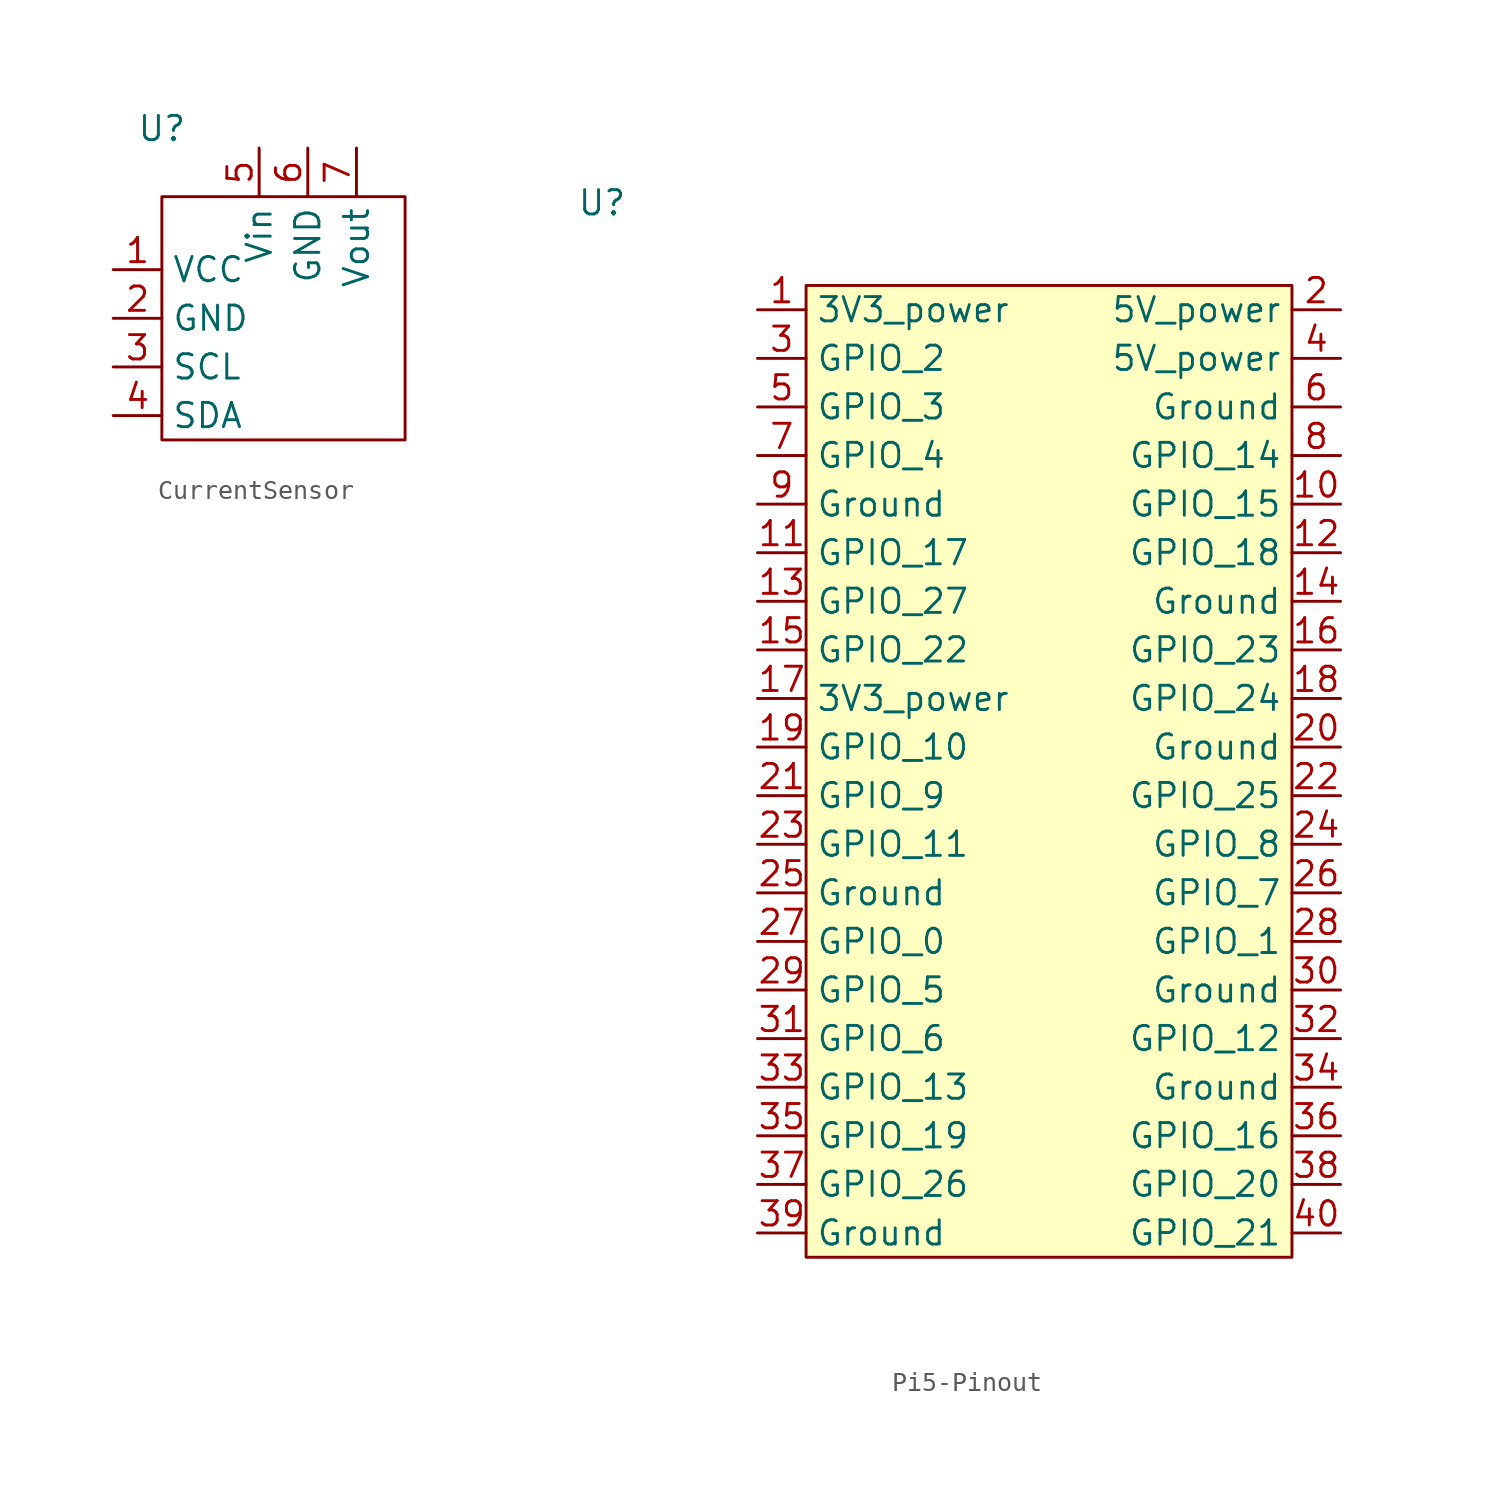
<source format=kicad_sym>
(kicad_symbol_lib
  (version 20241209)
  (generator "kicad_symbol_editor")
  (generator_version "9.0")
  (symbol "CurrentSensor"
    (property "Reference" "U"
      (at 0 3.556 0)
      (effects (font (size 1.27 1.27))))
    (property "Value" ""
      (at 0 0 0)
      (effects (font (size 1.27 1.27))))
    (symbol "CurrentSensor_0_1"
      (rectangle (start 0 0) (end 12.7 -12.7) (stroke (width 0) (type default)) (fill (type none))))
    (symbol "CurrentSensor_1_1"
      (pin power_in line (at -2.54 -3.81 0) (length 2.54) (name "VCC" (effects (font (size 1.27 1.27)))) (number "1" (effects (font (size 1.27 1.27)))))
      (pin power_in line (at -2.54 -6.35 0) (length 2.54) (name "GND" (effects (font (size 1.27 1.27)))) (number "2" (effects (font (size 1.27 1.27)))))
      (pin bidirectional line (at -2.54 -8.89 0) (length 2.54) (name "SCL" (effects (font (size 1.27 1.27)))) (number "3" (effects (font (size 1.27 1.27)))))
      (pin bidirectional line (at -2.54 -11.43 0) (length 2.54) (name "SDA" (effects (font (size 1.27 1.27)))) (number "4" (effects (font (size 1.27 1.27)))))
      (pin power_in line (at 5.08 2.54 270) (length 2.54) (name "Vin" (effects (font (size 1.27 1.27)))) (number "5" (effects (font (size 1.27 1.27)))))
      (pin power_in line (at 7.62 2.54 270) (length 2.54) (name "GND" (effects (font (size 1.27 1.27)))) (number "6" (effects (font (size 1.27 1.27)))))
      (pin power_in line (at 10.16 2.54 270) (length 2.54) (name "Vout" (effects (font (size 1.27 1.27)))) (number "7" (effects (font (size 1.27 1.27)))))))
  (symbol "Pi5-Pinout"
    (property "Reference" "U"
      (at -10.668 4.318 0)
      (effects (font (size 1.27 1.27))))
    (property "Value" ""
      (at 0 0 0)
      (effects (font (size 1.27 1.27))))
    (symbol "Pi5-Pinout_1_1"
      (rectangle (start 0 0) (end 25.4 -50.8) (stroke (width 0) (type solid)) (fill (type background)))
      (pin bidirectional line (at -2.54 -1.27 0) (length 2.54) (name "3V3_power" (effects (font (size 1.27 1.27)))) (number "1" (effects (font (size 1.27 1.27)))))
      (pin bidirectional line (at -2.54 -3.81 0) (length 2.54) (name "GPIO_2" (effects (font (size 1.27 1.27)))) (number "3" (effects (font (size 1.27 1.27)))))
      (pin bidirectional line (at -2.54 -6.35 0) (length 2.54) (name "GPIO_3" (effects (font (size 1.27 1.27)))) (number "5" (effects (font (size 1.27 1.27)))))
      (pin bidirectional line (at -2.54 -8.89 0) (length 2.54) (name "GPIO_4" (effects (font (size 1.27 1.27)))) (number "7" (effects (font (size 1.27 1.27)))))
      (pin power_in line (at -2.54 -11.43 0) (length 2.54) (name "Ground" (effects (font (size 1.27 1.27)))) (number "9" (effects (font (size 1.27 1.27)))))
      (pin bidirectional line (at -2.54 -13.97 0) (length 2.54) (name "GPIO_17" (effects (font (size 1.27 1.27)))) (number "11" (effects (font (size 1.27 1.27)))))
      (pin bidirectional line (at -2.54 -16.51 0) (length 2.54) (name "GPIO_27" (effects (font (size 1.27 1.27)))) (number "13" (effects (font (size 1.27 1.27)))))
      (pin bidirectional line (at -2.54 -19.05 0) (length 2.54) (name "GPIO_22" (effects (font (size 1.27 1.27)))) (number "15" (effects (font (size 1.27 1.27)))))
      (pin bidirectional line (at -2.54 -21.59 0) (length 2.54) (name "3V3_power" (effects (font (size 1.27 1.27)))) (number "17" (effects (font (size 1.27 1.27)))))
      (pin bidirectional line (at -2.54 -24.13 0) (length 2.54) (name "GPIO_10" (effects (font (size 1.27 1.27)))) (number "19" (effects (font (size 1.27 1.27)))))
      (pin bidirectional line (at -2.54 -26.67 0) (length 2.54) (name "GPIO_9" (effects (font (size 1.27 1.27)))) (number "21" (effects (font (size 1.27 1.27)))))
      (pin bidirectional line (at -2.54 -29.21 0) (length 2.54) (name "GPIO_11" (effects (font (size 1.27 1.27)))) (number "23" (effects (font (size 1.27 1.27)))))
      (pin power_in line (at -2.54 -31.75 0) (length 2.54) (name "Ground" (effects (font (size 1.27 1.27)))) (number "25" (effects (font (size 1.27 1.27)))))
      (pin bidirectional line (at -2.54 -34.29 0) (length 2.54) (name "GPIO_0" (effects (font (size 1.27 1.27)))) (number "27" (effects (font (size 1.27 1.27)))))
      (pin bidirectional line (at -2.54 -36.83 0) (length 2.54) (name "GPIO_5" (effects (font (size 1.27 1.27)))) (number "29" (effects (font (size 1.27 1.27)))))
      (pin bidirectional line (at -2.54 -39.37 0) (length 2.54) (name "GPIO_6" (effects (font (size 1.27 1.27)))) (number "31" (effects (font (size 1.27 1.27)))))
      (pin bidirectional line (at -2.54 -41.91 0) (length 2.54) (name "GPIO_13" (effects (font (size 1.27 1.27)))) (number "33" (effects (font (size 1.27 1.27)))))
      (pin bidirectional line (at -2.54 -44.45 0) (length 2.54) (name "GPIO_19" (effects (font (size 1.27 1.27)))) (number "35" (effects (font (size 1.27 1.27)))))
      (pin bidirectional line (at -2.54 -46.99 0) (length 2.54) (name "GPIO_26" (effects (font (size 1.27 1.27)))) (number "37" (effects (font (size 1.27 1.27)))))
      (pin power_in line (at -2.54 -49.53 0) (length 2.54) (name "Ground" (effects (font (size 1.27 1.27)))) (number "39" (effects (font (size 1.27 1.27)))))
      (pin bidirectional line (at 27.94 -1.27 180) (length 2.54) (name "5V_power" (effects (font (size 1.27 1.27)))) (number "2" (effects (font (size 1.27 1.27)))))
      (pin bidirectional line (at 27.94 -3.81 180) (length 2.54) (name "5V_power" (effects (font (size 1.27 1.27)))) (number "4" (effects (font (size 1.27 1.27)))))
      (pin power_in line (at 27.94 -6.35 180) (length 2.54) (name "Ground" (effects (font (size 1.27 1.27)))) (number "6" (effects (font (size 1.27 1.27)))))
      (pin bidirectional line (at 27.94 -8.89 180) (length 2.54) (name "GPIO_14" (effects (font (size 1.27 1.27)))) (number "8" (effects (font (size 1.27 1.27)))))
      (pin bidirectional line (at 27.94 -11.43 180) (length 2.54) (name "GPIO_15" (effects (font (size 1.27 1.27)))) (number "10" (effects (font (size 1.27 1.27)))))
      (pin bidirectional line (at 27.94 -13.97 180) (length 2.54) (name "GPIO_18" (effects (font (size 1.27 1.27)))) (number "12" (effects (font (size 1.27 1.27)))))
      (pin power_in line (at 27.94 -16.51 180) (length 2.54) (name "Ground" (effects (font (size 1.27 1.27)))) (number "14" (effects (font (size 1.27 1.27)))))
      (pin bidirectional line (at 27.94 -19.05 180) (length 2.54) (name "GPIO_23" (effects (font (size 1.27 1.27)))) (number "16" (effects (font (size 1.27 1.27)))))
      (pin bidirectional line (at 27.94 -21.59 180) (length 2.54) (name "GPIO_24" (effects (font (size 1.27 1.27)))) (number "18" (effects (font (size 1.27 1.27)))))
      (pin power_in line (at 27.94 -24.13 180) (length 2.54) (name "Ground" (effects (font (size 1.27 1.27)))) (number "20" (effects (font (size 1.27 1.27)))))
      (pin bidirectional line (at 27.94 -26.67 180) (length 2.54) (name "GPIO_25" (effects (font (size 1.27 1.27)))) (number "22" (effects (font (size 1.27 1.27)))))
      (pin bidirectional line (at 27.94 -29.21 180) (length 2.54) (name "GPIO_8" (effects (font (size 1.27 1.27)))) (number "24" (effects (font (size 1.27 1.27)))))
      (pin bidirectional line (at 27.94 -31.75 180) (length 2.54) (name "GPIO_7" (effects (font (size 1.27 1.27)))) (number "26" (effects (font (size 1.27 1.27)))))
      (pin bidirectional line (at 27.94 -34.29 180) (length 2.54) (name "GPIO_1" (effects (font (size 1.27 1.27)))) (number "28" (effects (font (size 1.27 1.27)))))
      (pin power_in line (at 27.94 -36.83 180) (length 2.54) (name "Ground" (effects (font (size 1.27 1.27)))) (number "30" (effects (font (size 1.27 1.27)))))
      (pin bidirectional line (at 27.94 -39.37 180) (length 2.54) (name "GPIO_12" (effects (font (size 1.27 1.27)))) (number "32" (effects (font (size 1.27 1.27)))))
      (pin power_in line (at 27.94 -41.91 180) (length 2.54) (name "Ground" (effects (font (size 1.27 1.27)))) (number "34" (effects (font (size 1.27 1.27)))))
      (pin bidirectional line (at 27.94 -44.45 180) (length 2.54) (name "GPIO_16" (effects (font (size 1.27 1.27)))) (number "36" (effects (font (size 1.27 1.27)))))
      (pin bidirectional line (at 27.94 -46.99 180) (length 2.54) (name "GPIO_20" (effects (font (size 1.27 1.27)))) (number "38" (effects (font (size 1.27 1.27)))))
      (pin bidirectional line (at 27.94 -49.53 180) (length 2.54) (name "GPIO_21" (effects (font (size 1.27 1.27)))) (number "40" (effects (font (size 1.27 1.27))))))))
</source>
